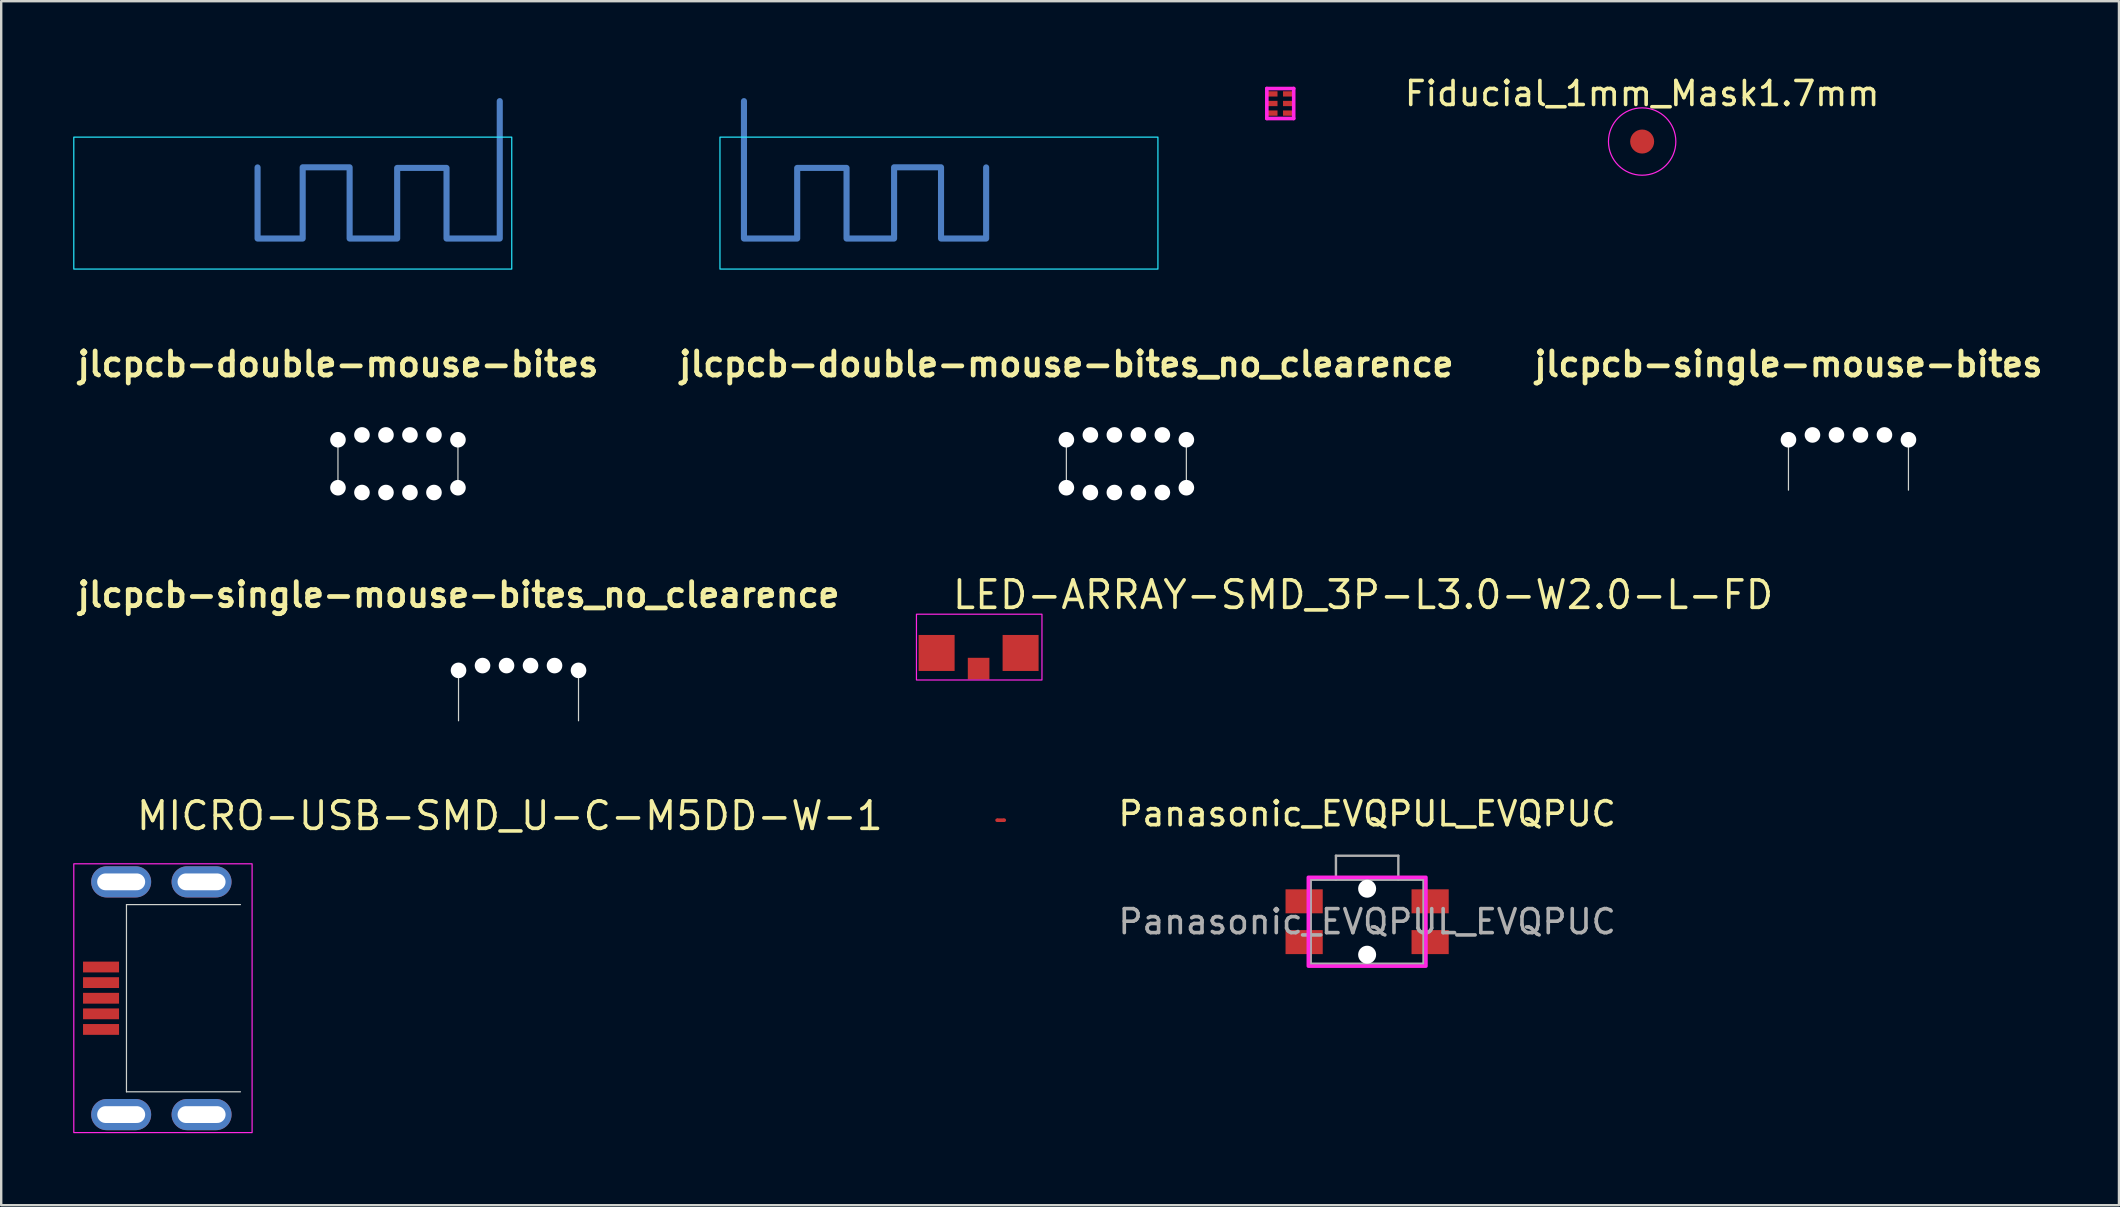
<source format=kicad_pcb>
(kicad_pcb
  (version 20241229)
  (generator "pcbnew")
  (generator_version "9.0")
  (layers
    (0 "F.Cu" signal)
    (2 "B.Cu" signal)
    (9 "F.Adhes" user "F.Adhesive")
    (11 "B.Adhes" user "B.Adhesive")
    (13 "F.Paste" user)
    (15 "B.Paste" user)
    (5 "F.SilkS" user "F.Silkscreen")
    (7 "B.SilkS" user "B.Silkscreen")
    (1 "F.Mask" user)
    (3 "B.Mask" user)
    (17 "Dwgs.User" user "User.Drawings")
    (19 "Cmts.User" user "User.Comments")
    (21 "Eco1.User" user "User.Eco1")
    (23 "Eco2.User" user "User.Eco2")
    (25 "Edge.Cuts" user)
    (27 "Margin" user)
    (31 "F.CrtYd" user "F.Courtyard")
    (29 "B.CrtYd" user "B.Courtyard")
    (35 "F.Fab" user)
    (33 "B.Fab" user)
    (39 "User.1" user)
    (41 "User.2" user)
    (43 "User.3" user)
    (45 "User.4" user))
  (footprint "jlcpcb-double-mouse-bites"
    (layer "F.Cu")
    (at 11.033 15.374)
    (property "Reference" "jlcpcb-double-mouse-bites" (at 0 -3.25 0) (layer "F.SilkS") (effects (font (size 1 1) (thickness 0.2))))
    (attr through_hole board_only exclude_from_pos_files exclude_from_bom)
    (fp_line (start 0 0) (end 0 2) (stroke (width 0.05) (type solid)) (layer "Edge.Cuts"))
    (fp_line (start 5 0) (end 5 2) (stroke (width 0.05) (type solid)) (layer "Edge.Cuts"))
    (pad "" np_thru_hole circle (at 0 -0.1) (size 0.65 0.65) (drill 0.65) (layers "*.Cu" "*.Mask"))
    (pad "" np_thru_hole circle (at 0 1.9) (size 0.65 0.65) (drill 0.65) (layers "*.Cu" "*.Mask"))
    (pad "" np_thru_hole circle (at 1 -0.3) (size 0.65 0.65) (drill 0.65) (layers "*.Cu" "*.Mask"))
    (pad "" np_thru_hole circle (at 1 2.1) (size 0.65 0.65) (drill 0.65) (layers "*.Cu" "*.Mask"))
    (pad "" np_thru_hole circle (at 2 -0.3) (size 0.65 0.65) (drill 0.65) (layers "*.Cu" "*.Mask"))
    (pad "" np_thru_hole circle (at 2 2.1) (size 0.65 0.65) (drill 0.65) (layers "*.Cu" "*.Mask"))
    (pad "" np_thru_hole circle (at 3 -0.3) (size 0.65 0.65) (drill 0.65) (layers "*.Cu" "*.Mask"))
    (pad "" np_thru_hole circle (at 3 2.1) (size 0.65 0.65) (drill 0.65) (layers "*.Cu" "*.Mask"))
    (pad "" np_thru_hole circle (at 4 -0.3) (size 0.65 0.65) (drill 0.65) (layers "*.Cu" "*.Mask"))
    (pad "" np_thru_hole circle (at 4 2.1) (size 0.65 0.65) (drill 0.65) (layers "*.Cu" "*.Mask"))
    (pad "" np_thru_hole circle (at 5 -0.1) (size 0.65 0.65) (drill 0.65) (layers "*.Cu" "*.Mask"))
    (pad "" np_thru_hole circle (at 5 1.9) (size 0.65 0.65) (drill 0.65) (layers "*.Cu" "*.Mask")))
  (footprint "ESDR0502NMUTAG"
    (layer "F.Cu")
    (at 50.299 1.263)
    (property "Reference" "ESDR0502NMUTAG" (at 0 -1 0) (layer "Eco2.User") (effects (font (size 0.3 0.3) (thickness 0.05))))
    (fp_line (start -0.56 -0.625) (end -0.56 0.625) (stroke (width 0.15) (type solid)) (layer "F.CrtYd"))
    (fp_line (start -0.56 0.625) (end 0.56 0.625) (stroke (width 0.15) (type solid)) (layer "F.CrtYd"))
    (fp_line (start 0.56 -0.625) (end -0.56 -0.625) (stroke (width 0.15) (type solid)) (layer "F.CrtYd"))
    (fp_line (start 0.56 0.625) (end 0.56 -0.625) (stroke (width 0.15) (type solid)) (layer "F.CrtYd"))
    (pad "1" smd rect (at -0.325 -0.4 270) (size 0.22 0.42) (layers "F.Cu" "F.Mask" "F.Paste"))
    (pad "2" smd rect (at -0.325 0 270) (size 0.22 0.42) (layers "F.Cu" "F.Mask" "F.Paste"))
    (pad "3" smd rect (at -0.325 0.4 270) (size 0.22 0.42) (layers "F.Cu" "F.Mask" "F.Paste"))
    (pad "4" smd rect (at 0.325 0.4 270) (size 0.22 0.42) (layers "F.Cu" "F.Mask" "F.Paste"))
    (pad "5" smd rect (at 0.325 0 270) (size 0.22 0.42) (layers "F.Cu" "F.Mask" "F.Paste"))
    (pad "6" smd rect (at 0.325 -0.4 270) (size 0.22 0.42) (layers "F.Cu" "F.Mask" "F.Paste")))
  (footprint "jlcpcb-double-mouse-bites_no_clearence"
    (layer "F.Cu")
    (at 41.386 15.374)
    (property "Reference" "jlcpcb-double-mouse-bites_no_clearence" (at 0 -3.25 0) (layer "F.SilkS") (effects (font (size 1 1) (thickness 0.2))))
    (attr through_hole board_only exclude_from_pos_files exclude_from_bom)
    (fp_line (start 0 0) (end 0 2) (stroke (width 0.05) (type solid)) (layer "Edge.Cuts"))
    (fp_line (start 5 0) (end 5 2) (stroke (width 0.05) (type solid)) (layer "Edge.Cuts"))
    (pad "" np_thru_hole circle (at 0 -0.1) (size 0.65 0.65) (drill 0.65) (layers "*.Cu" "*.Mask"))
    (pad "" np_thru_hole circle (at 0 1.9) (size 0.65 0.65) (drill 0.65) (layers "*.Cu" "*.Mask"))
    (pad "" np_thru_hole circle (at 1 -0.3) (size 0.65 0.65) (drill 0.65) (layers "*.Cu" "*.Mask"))
    (pad "" np_thru_hole circle (at 1 2.1) (size 0.65 0.65) (drill 0.65) (layers "*.Cu" "*.Mask"))
    (pad "" np_thru_hole circle (at 2 -0.3) (size 0.65 0.65) (drill 0.65) (layers "*.Cu" "*.Mask"))
    (pad "" np_thru_hole circle (at 2 2.1) (size 0.65 0.65) (drill 0.65) (layers "*.Cu" "*.Mask"))
    (pad "" np_thru_hole circle (at 3 -0.3) (size 0.65 0.65) (drill 0.65) (layers "*.Cu" "*.Mask"))
    (pad "" np_thru_hole circle (at 3 2.1) (size 0.65 0.65) (drill 0.65) (layers "*.Cu" "*.Mask"))
    (pad "" np_thru_hole circle (at 4 -0.3) (size 0.65 0.65) (drill 0.65) (layers "*.Cu" "*.Mask"))
    (pad "" np_thru_hole circle (at 4 2.1) (size 0.65 0.65) (drill 0.65) (layers "*.Cu" "*.Mask"))
    (pad "" np_thru_hole circle (at 5 -0.1) (size 0.65 0.65) (drill 0.65) (layers "*.Cu" "*.Mask"))
    (pad "" np_thru_hole circle (at 5 1.9) (size 0.65 0.65) (drill 0.65) (layers "*.Cu" "*.Mask")))
  (footprint "MICRO-USB-SMD_U-C-M5DD-W-1"
    (layer "F.Cu")
    (at 3.255 38.546)
    (property "Reference" "MICRO-USB-SMD_U-C-M5DD-W-1" (at -0.7 -7.6 0) (layer "F.SilkS") (effects (font (size 1.143 1.143) (thickness 0.152)) (justify left)))
    (attr through_hole)
    (fp_poly (pts (xy -2.845 -1.525) (xy -1.345 -1.525) (xy -1.345 -1.075) (xy -2.845 -1.075)) (stroke (width 0) (type solid)) (fill yes) (layer "F.Paste"))
    (fp_poly (pts (xy -2.845 -0.875) (xy -1.345 -0.875) (xy -1.345 -0.425) (xy -2.845 -0.425)) (stroke (width 0) (type solid)) (fill yes) (layer "F.Paste"))
    (fp_poly (pts (xy -2.845 -0.225) (xy -1.345 -0.225) (xy -1.345 0.226) (xy -2.845 0.226)) (stroke (width 0) (type solid)) (fill yes) (layer "F.Paste"))
    (fp_poly (pts (xy -2.845 0.426) (xy -1.345 0.426) (xy -1.345 0.876) (xy -2.845 0.876)) (stroke (width 0) (type solid)) (fill yes) (layer "F.Paste"))
    (fp_poly (pts (xy -2.845 1.076) (xy -1.345 1.076) (xy -1.345 1.526) (xy -2.845 1.526)) (stroke (width 0) (type solid)) (fill yes) (layer "F.Paste"))
    (fp_line (start -1.975 -3.86) (end -1.975 -1.756) (stroke (width 0.254) (type solid)) (layer "Eco2.User"))
    (fp_line (start -1.975 1.757) (end -1.975 3.84) (stroke (width 0.254) (type solid)) (layer "Eco2.User"))
    (fp_line (start 4.02 -3.74) (end 4.02 3.76) (stroke (width 0.254) (type solid)) (layer "Eco2.User"))
    (fp_line (start -1.035 -3.9) (end -1.035 3.9) (stroke (width 0.05) (type solid)) (layer "Edge.Cuts"))
    (fp_line (start -1.035 -3.9) (end 3.715 -3.9) (stroke (width 0.05) (type solid)) (layer "Edge.Cuts"))
    (fp_line (start -1.035 3.9) (end 3.715 3.9) (stroke (width 0.05) (type solid)) (layer "Edge.Cuts"))
    (fp_rect (start -3.23 -5.6) (end 4.2 5.6) (stroke (width 0.05) (type solid)) (fill no) (layer "F.CrtYd"))
    (pad "" thru_hole oval (at -1.256 -4.849 90) (size 1.3 2.5) (drill oval 0.7 2) (layers "*.Cu" "*.Paste" "*.Mask"))
    (pad "" thru_hole oval (at -1.256 4.849 90) (size 1.3 2.5) (drill oval 0.7 2) (layers "*.Cu" "*.Paste" "*.Mask"))
    (pad "" thru_hole oval (at 2.094 -4.849 90) (size 1.3 2.5) (drill oval 0.7 2) (layers "*.Cu" "*.Paste" "*.Mask"))
    (pad "" thru_hole oval (at 2.095 4.849 90) (size 1.3 2.5) (drill oval 0.7 2) (layers "*.Cu" "*.Paste" "*.Mask"))
    (pad "1" smd rect (at -2.095 1.301) (size 1.5 0.45) (layers "F.Cu" "F.Mask" "F.Paste"))
    (pad "2" smd rect (at -2.095 0.651) (size 1.5 0.45) (layers "F.Cu" "F.Mask" "F.Paste"))
    (pad "3" smd rect (at -2.095 0.001) (size 1.5 0.45) (layers "F.Cu" "F.Mask" "F.Paste"))
    (pad "4" smd rect (at -2.095 -0.65) (size 1.5 0.45) (layers "F.Cu" "F.Mask" "F.Paste"))
    (pad "5" smd rect (at -2.095 -1.3) (size 1.5 0.45) (layers "F.Cu" "F.Mask" "F.Paste")))
  (footprint "2.4GHz-meander-antenna-left"
    (layer "F.Cu")
    (at 17.775 1.163)
    (property "Reference" "2.4GHz-meander-antenna-left" (at -0.1 -0.9 0) (unlocked yes) (layer "Eco2.User") (effects (font (size 0.3 0.3) (thickness 0.05))))
    (attr exclude_from_pos_files exclude_from_bom)
    (fp_rect (start -17.75 1.5) (end 0.5 7) (stroke (width 0.05) (type solid)) (fill no) (layer "B.CrtYd"))
    (pad "1" smd custom (at 0 0) (size 0.254 0.254) (layers "B.Cu") (options (anchor circle)) (primitives (gr_line (start 0 0) (end 0 5.727) (width 0.254)) (gr_line (start 0 5.727) (end -2.218 5.727) (width 0.254)) (gr_line (start -2.218 5.727) (end -2.218 2.784) (width 0.254)) (gr_line (start -2.218 2.784) (end -4.275 2.784) (width 0.254)) (gr_line (start -4.275 5.727) (end -4.275 2.784) (width 0.254)) (gr_line (start -4.275 5.727) (end -6.256 5.727) (width 0.254)) (gr_line (start -6.256 5.727) (end -6.256 2.758) (width 0.254)) (gr_line (start -6.256 2.758) (end -8.212 2.758) (width 0.254)) (gr_line (start -8.212 5.727) (end -8.212 2.758) (width 0.254)) (gr_line (start -8.212 5.727) (end -10.092 5.727) (width 0.254)) (gr_line (start -10.092 5.727) (end -10.092 2.763) (width 0.254)))))
  (footprint "Fiducial_1mm_Mask1.7mm"
    (layer "F.Cu")
    (at 65.379 2.848)
    (property "Reference" "Fiducial_1mm_Mask1.7mm" (at 0 -2 0) (layer "F.SilkS") (effects (font (size 1 1) (thickness 0.15))))
    (attr smd)
    (fp_circle (center 0 0) (end 1.4 0.1) (stroke (width 0.05) (type solid)) (fill no) (layer "F.CrtYd"))
    (pad "" smd circle (at 0 0) (size 1 1) (layers "F.Cu" "F.Mask")))
  (footprint "Panasonic_EVQPUL_EVQPUC"
    (layer "F.Cu")
    (at 53.919 35.358)
    (property "Reference" "Panasonic_EVQPUL_EVQPUC" (at 0 -4.5 0) (layer "F.SilkS") (effects (font (size 1 1) (thickness 0.15))))
    (attr smd)
    (fp_rect (start 2.45 1.85) (end -2.45 -1.85) (stroke (width 0.15) (type solid)) (fill no) (layer "F.CrtYd"))
    (fp_line (start -2.35 1.75) (end -2.35 -1.75) (stroke (width 0.1) (type solid)) (layer "F.Fab"))
    (fp_line (start -1.3 -2.75) (end -1.3 -1.75) (stroke (width 0.1) (type solid)) (layer "F.Fab"))
    (fp_line (start 1.3 -2.75) (end -1.3 -2.75) (stroke (width 0.1) (type solid)) (layer "F.Fab"))
    (fp_line (start 1.3 -2.75) (end 1.3 -1.75) (stroke (width 0.1) (type solid)) (layer "F.Fab"))
    (fp_line (start 2.35 -1.75) (end -2.35 -1.75) (stroke (width 0.1) (type solid)) (layer "F.Fab"))
    (fp_line (start 2.35 1.75) (end -2.35 1.75) (stroke (width 0.1) (type solid)) (layer "F.Fab"))
    (fp_line (start 2.35 1.75) (end 2.35 -1.75) (stroke (width 0.1) (type solid)) (layer "F.Fab"))
    (fp_text user "${REFERENCE}" (at 0 0 0) (layer "F.Fab") (effects (font (size 1 1) (thickness 0.15))))
    (pad "" np_thru_hole circle (at 0 -1.375 180) (size 0.75 0.75) (drill 0.75) (layers "*.Cu" "*.Mask"))
    (pad "" np_thru_hole circle (at 0 1.375 180) (size 0.75 0.75) (drill 0.75) (layers "*.Cu" "*.Mask"))
    (pad "1" smd rect (at -2.625 -0.85 180) (size 1.55 1) (layers "F.Cu" "F.Mask" "F.Paste"))
    (pad "1" smd rect (at 2.625 -0.85 180) (size 1.55 1) (layers "F.Cu" "F.Mask" "F.Paste"))
    (pad "2" smd rect (at -2.625 0.85 180) (size 1.55 1) (layers "F.Cu" "F.Mask" "F.Paste"))
    (pad "2" smd rect (at 2.625 0.85 180) (size 1.55 1) (layers "F.Cu" "F.Mask" "F.Paste")))
  (footprint "net-tie-2-tiny"
    (layer "F.Cu")
    (at 38.649 31.128)
    (property "Reference" "net-tie-2-tiny" (at 0 -0.855 0) (layer "Eco2.User") (effects (font (size 0.3 0.3) (thickness 0.05))))
    (attr exclude_from_pos_files exclude_from_bom)
    (fp_poly (pts (xy 0.15 0.075) (xy -0.15 0.075) (xy -0.15 -0.075) (xy 0.15 -0.075)) (stroke (width 0) (type solid)) (fill yes) (layer "F.Cu"))
    (pad "1" smd circle (at -0.15 0) (size 0.15 0.15) (layers "F.Cu"))
    (pad "2" smd circle (at 0.15 0) (size 0.15 0.15) (layers "F.Cu")))
  (footprint "jlcpcb-single-mouse-bites_no_clearence"
    (layer "F.Cu")
    (at 16.057 24.985)
    (property "Reference" "jlcpcb-single-mouse-bites_no_clearence" (at 0 -3.25 0) (layer "F.SilkS") (effects (font (size 1 1) (thickness 0.2))))
    (attr through_hole board_only exclude_from_pos_files exclude_from_bom)
    (fp_line (start 0 0) (end 0 2) (stroke (width 0.05) (type solid)) (layer "Edge.Cuts"))
    (fp_line (start 5 0) (end 5 2) (stroke (width 0.05) (type solid)) (layer "Edge.Cuts"))
    (pad "" np_thru_hole circle (at 0 -0.1) (size 0.65 0.65) (drill 0.65) (layers "*.Cu" "*.Mask"))
    (pad "" np_thru_hole circle (at 1 -0.3) (size 0.65 0.65) (drill 0.65) (layers "*.Cu" "*.Mask"))
    (pad "" np_thru_hole circle (at 2 -0.3) (size 0.65 0.65) (drill 0.65) (layers "*.Cu" "*.Mask"))
    (pad "" np_thru_hole circle (at 3 -0.3) (size 0.65 0.65) (drill 0.65) (layers "*.Cu" "*.Mask"))
    (pad "" np_thru_hole circle (at 4 -0.3) (size 0.65 0.65) (drill 0.65) (layers "*.Cu" "*.Mask"))
    (pad "" np_thru_hole circle (at 5 -0.1) (size 0.65 0.65) (drill 0.65) (layers "*.Cu" "*.Mask")))
  (footprint "LED-ARRAY-SMD_3P-L3.0-W2.0-L-FD"
    (layer "F.Cu")
    (at 37.729 24.485)
    (property "Reference" "LED-ARRAY-SMD_3P-L3.0-W2.0-L-FD" (at -1.17 -2.75 0) (layer "F.SilkS") (effects (font (size 1.143 1.143) (thickness 0.152)) (justify left)))
    (attr smd)
    (fp_rect (start -1.5 -0.8) (end 1.5 0.2) (stroke (width 0.12) (type solid)) (fill no) (layer "Eco2.User"))
    (fp_arc (start -1.15 -0.85) (mid 0 -1.830459) (end 1.15 -0.85) (stroke (width 0.12) (type solid)) (layer "Eco2.User"))
    (fp_rect (start -2.59 -1.94) (end 2.64 0.8) (stroke (width 0.05) (type solid)) (fill no) (layer "F.CrtYd"))
    (pad "1" smd rect (at -1.75 -0.326 90) (size 1.5 1.5) (layers "F.Cu" "F.Mask" "F.Paste"))
    (pad "2" smd rect (at 0 0.326) (size 0.9 0.9) (layers "F.Cu" "F.Mask" "F.Paste"))
    (pad "3" smd rect (at 1.75 -0.326 90) (size 1.5 1.5) (layers "F.Cu" "F.Mask" "F.Paste")))
  (footprint "jlcpcb-single-mouse-bites"
    (layer "F.Cu")
    (at 71.476 15.374)
    (property "Reference" "jlcpcb-single-mouse-bites" (at 0 -3.25 0) (layer "F.SilkS") (effects (font (size 1 1) (thickness 0.2))))
    (attr through_hole)
    (fp_line (start 0 0) (end 0 2) (stroke (width 0.05) (type solid)) (layer "Edge.Cuts"))
    (fp_line (start 5 0) (end 5 2) (stroke (width 0.05) (type solid)) (layer "Edge.Cuts"))
    (pad "" np_thru_hole circle (at 0 -0.1) (size 0.65 0.65) (drill 0.65) (layers "*.Cu" "*.Mask"))
    (pad "" np_thru_hole circle (at 1 -0.3) (size 0.65 0.65) (drill 0.65) (layers "*.Cu" "*.Mask"))
    (pad "" np_thru_hole circle (at 2 -0.3) (size 0.65 0.65) (drill 0.65) (layers "*.Cu" "*.Mask"))
    (pad "" np_thru_hole circle (at 3 -0.3) (size 0.65 0.65) (drill 0.65) (layers "*.Cu" "*.Mask"))
    (pad "" np_thru_hole circle (at 4 -0.3) (size 0.65 0.65) (drill 0.65) (layers "*.Cu" "*.Mask"))
    (pad "" np_thru_hole circle (at 5 -0.1) (size 0.65 0.65) (drill 0.65) (layers "*.Cu" "*.Mask")))
  (footprint "2.4GHz-meander-antenna-right"
    (layer "F.Cu")
    (at 27.951 1.163)
    (property "Reference" "2.4GHz-meander-antenna-right" (at 0.1 -0.9 0) (unlocked yes) (layer "Eco2.User") (effects (font (size 0.3 0.3) (thickness 0.05))))
    (attr exclude_from_pos_files exclude_from_bom)
    (fp_rect (start -1 1.5) (end 17.25 7) (stroke (width 0.05) (type solid)) (fill no) (layer "B.CrtYd"))
    (pad "1" smd custom (at 0 0) (size 0.254 0.254) (layers "B.Cu") (options (anchor circle)) (primitives (gr_line (start 0 5.727) (end 0 0) (width 0.254)) (gr_line (start 2.218 5.727) (end 0 5.727) (width 0.254)) (gr_line (start 2.218 2.784) (end 2.218 5.727) (width 0.254)) (gr_line (start 4.275 2.784) (end 2.218 2.784) (width 0.254)) (gr_line (start 4.275 2.784) (end 4.275 5.727) (width 0.254)) (gr_line (start 6.256 5.727) (end 4.275 5.727) (width 0.254)) (gr_line (start 6.256 2.758) (end 6.256 5.727) (width 0.254)) (gr_line (start 8.212 2.758) (end 6.256 2.758) (width 0.254)) (gr_line (start 8.212 2.758) (end 8.212 5.727) (width 0.254)) (gr_line (start 10.092 5.727) (end 8.212 5.727) (width 0.254)) (gr_line (start 10.092 2.763) (end 10.092 5.727) (width 0.254)))))
  (gr_rect
    (start -3 -3)
    (end 85.248 47.171)
    (stroke (width 0.1) (type default))
    (fill no)
    (layer "Edge.Cuts")))
</source>
